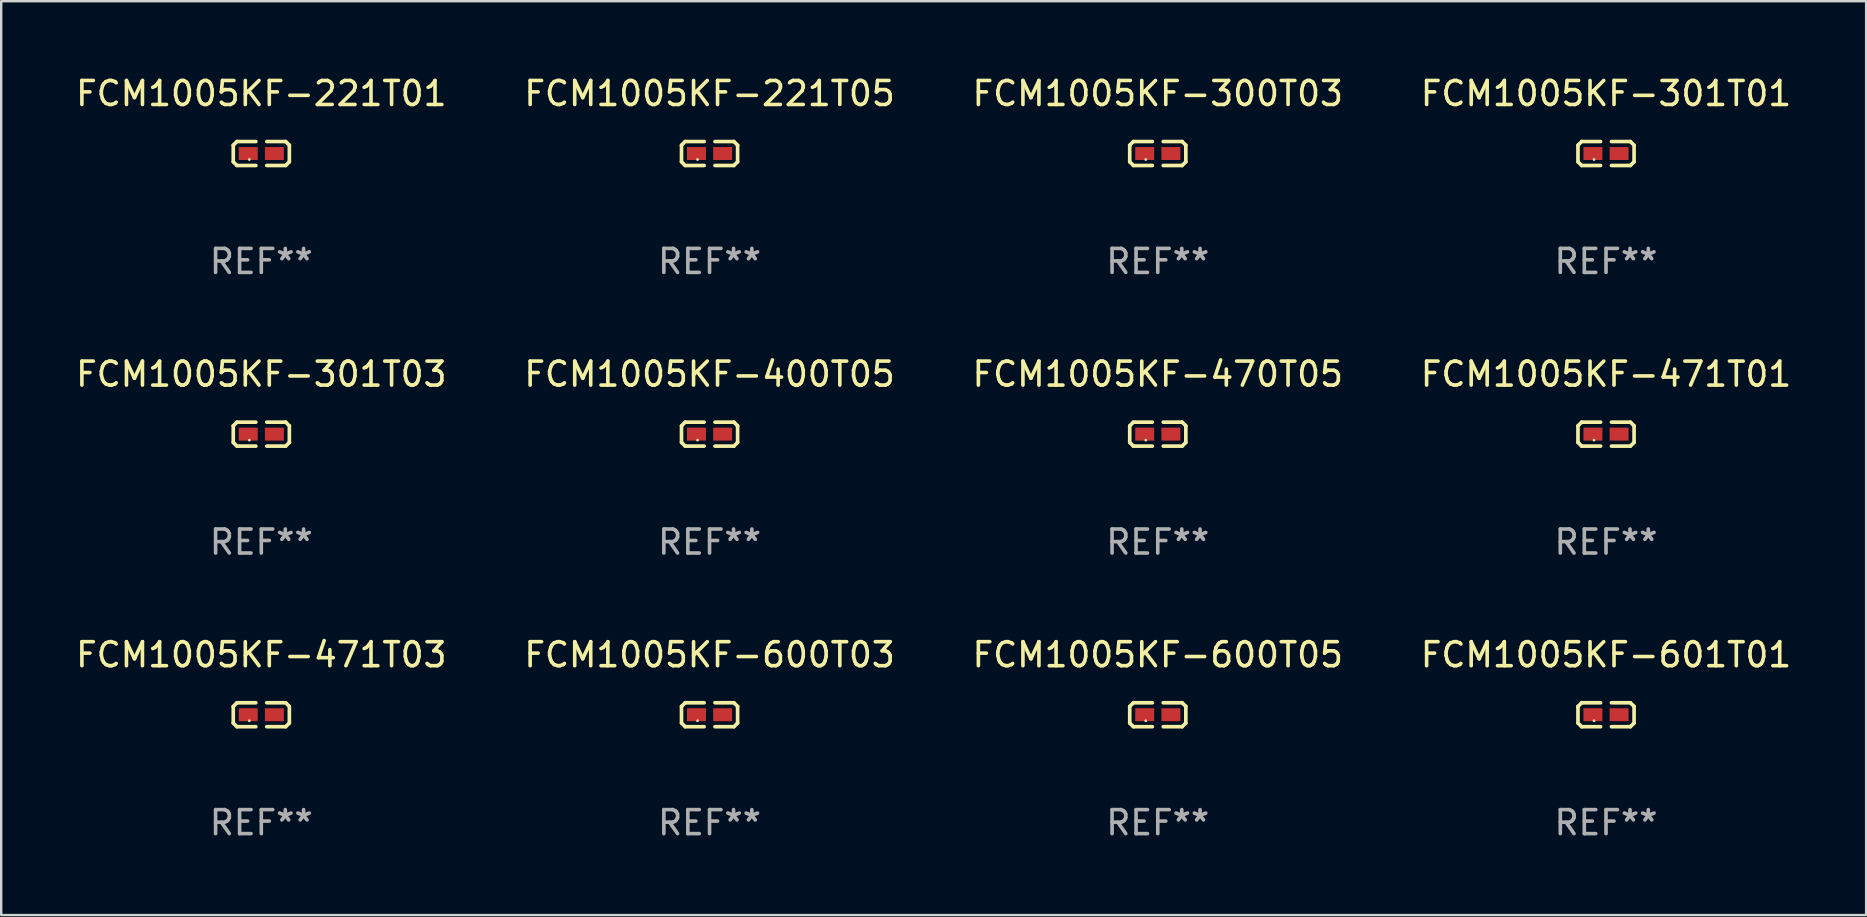
<source format=kicad_pcb>
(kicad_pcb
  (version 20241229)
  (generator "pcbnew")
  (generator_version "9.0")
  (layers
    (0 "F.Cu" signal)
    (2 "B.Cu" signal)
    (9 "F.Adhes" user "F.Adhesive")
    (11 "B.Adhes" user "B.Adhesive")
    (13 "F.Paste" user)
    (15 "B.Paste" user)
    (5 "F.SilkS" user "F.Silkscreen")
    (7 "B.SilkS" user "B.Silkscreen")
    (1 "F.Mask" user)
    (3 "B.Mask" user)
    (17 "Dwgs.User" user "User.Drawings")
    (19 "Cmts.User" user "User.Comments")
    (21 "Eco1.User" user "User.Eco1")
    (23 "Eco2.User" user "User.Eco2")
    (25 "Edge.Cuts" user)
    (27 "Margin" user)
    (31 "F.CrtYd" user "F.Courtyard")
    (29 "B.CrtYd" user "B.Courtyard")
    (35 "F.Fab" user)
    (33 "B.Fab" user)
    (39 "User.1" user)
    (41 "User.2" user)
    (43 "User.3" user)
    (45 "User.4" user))
  (footprint "FCM1005KF-301T03"
    (layer "F.Cu")
    (at 7.839 15.041)
    (property "Reference" "FCM1005KF-301T03" (at 0 -2.499 0) (layer "F.SilkS") (effects (font (size 1 1) (thickness 0.15))))
    (attr through_hole)
    (fp_line (start -1.169 -0.346) (end -1.016 -0.499) (stroke (width 0.152) (type solid)) (layer "F.SilkS"))
    (fp_line (start -1.169 0.346) (end -1.169 -0.346) (stroke (width 0.152) (type solid)) (layer "F.SilkS"))
    (fp_line (start -1.016 -0.499) (end -0.226 -0.499) (stroke (width 0.152) (type solid)) (layer "F.SilkS"))
    (fp_line (start -1.016 0.499) (end -1.169 0.346) (stroke (width 0.152) (type solid)) (layer "F.SilkS"))
    (fp_line (start -0.226 0.499) (end -1.016 0.499) (stroke (width 0.152) (type solid)) (layer "F.SilkS"))
    (fp_line (start 0.226 0.499) (end 1.016 0.499) (stroke (width 0.152) (type solid)) (layer "F.SilkS"))
    (fp_line (start 1.016 -0.499) (end 0.226 -0.499) (stroke (width 0.152) (type solid)) (layer "F.SilkS"))
    (fp_line (start 1.016 0.499) (end 1.169 0.346) (stroke (width 0.152) (type solid)) (layer "F.SilkS"))
    (fp_line (start 1.169 -0.346) (end 1.016 -0.499) (stroke (width 0.152) (type solid)) (layer "F.SilkS"))
    (fp_line (start 1.169 0.346) (end 1.169 -0.346) (stroke (width 0.152) (type solid)) (layer "F.SilkS"))
    (fp_circle (center -0.5 0.25) (end -0.47 0.25) (stroke (width 0.06) (type solid)) (fill no) (layer "F.SilkS"))
    (fp_text user "REF**" (at 0 4.499 0) (layer "F.Fab") (effects (font (size 1 1) (thickness 0.15))))
    (pad "1" smd rect (at -0.545 0) (size 0.79 0.54) (layers "F.Cu" "F.Mask" "F.Paste"))
    (pad "2" smd rect (at 0.545 0) (size 0.79 0.54) (layers "F.Cu" "F.Mask" "F.Paste")))
  (footprint "FCM1005KF-471T03"
    (layer "F.Cu")
    (at 7.839 26.734)
    (property "Reference" "FCM1005KF-471T03" (at 0 -2.499 0) (layer "F.SilkS") (effects (font (size 1 1) (thickness 0.15))))
    (attr through_hole)
    (fp_line (start -1.169 -0.346) (end -1.016 -0.499) (stroke (width 0.152) (type solid)) (layer "F.SilkS"))
    (fp_line (start -1.169 0.346) (end -1.169 -0.346) (stroke (width 0.152) (type solid)) (layer "F.SilkS"))
    (fp_line (start -1.016 -0.499) (end -0.226 -0.499) (stroke (width 0.152) (type solid)) (layer "F.SilkS"))
    (fp_line (start -1.016 0.499) (end -1.169 0.346) (stroke (width 0.152) (type solid)) (layer "F.SilkS"))
    (fp_line (start -0.226 0.499) (end -1.016 0.499) (stroke (width 0.152) (type solid)) (layer "F.SilkS"))
    (fp_line (start 0.226 0.499) (end 1.016 0.499) (stroke (width 0.152) (type solid)) (layer "F.SilkS"))
    (fp_line (start 1.016 -0.499) (end 0.226 -0.499) (stroke (width 0.152) (type solid)) (layer "F.SilkS"))
    (fp_line (start 1.016 0.499) (end 1.169 0.346) (stroke (width 0.152) (type solid)) (layer "F.SilkS"))
    (fp_line (start 1.169 -0.346) (end 1.016 -0.499) (stroke (width 0.152) (type solid)) (layer "F.SilkS"))
    (fp_line (start 1.169 0.346) (end 1.169 -0.346) (stroke (width 0.152) (type solid)) (layer "F.SilkS"))
    (fp_circle (center -0.5 0.25) (end -0.47 0.25) (stroke (width 0.06) (type solid)) (fill no) (layer "F.SilkS"))
    (fp_text user "REF**" (at 0 4.499 0) (layer "F.Fab") (effects (font (size 1 1) (thickness 0.15))))
    (pad "1" smd rect (at -0.545 0) (size 0.79 0.54) (layers "F.Cu" "F.Mask" "F.Paste"))
    (pad "2" smd rect (at 0.545 0) (size 0.79 0.54) (layers "F.Cu" "F.Mask" "F.Paste")))
  (footprint "FCM1005KF-470T05"
    (layer "F.Cu")
    (at 45.196 15.041)
    (property "Reference" "FCM1005KF-470T05" (at 0 -2.499 0) (layer "F.SilkS") (effects (font (size 1 1) (thickness 0.15))))
    (attr through_hole)
    (fp_line (start -1.169 -0.346) (end -1.016 -0.499) (stroke (width 0.152) (type solid)) (layer "F.SilkS"))
    (fp_line (start -1.169 0.346) (end -1.169 -0.346) (stroke (width 0.152) (type solid)) (layer "F.SilkS"))
    (fp_line (start -1.016 -0.499) (end -0.226 -0.499) (stroke (width 0.152) (type solid)) (layer "F.SilkS"))
    (fp_line (start -1.016 0.499) (end -1.169 0.346) (stroke (width 0.152) (type solid)) (layer "F.SilkS"))
    (fp_line (start -0.226 0.499) (end -1.016 0.499) (stroke (width 0.152) (type solid)) (layer "F.SilkS"))
    (fp_line (start 0.226 0.499) (end 1.016 0.499) (stroke (width 0.152) (type solid)) (layer "F.SilkS"))
    (fp_line (start 1.016 -0.499) (end 0.226 -0.499) (stroke (width 0.152) (type solid)) (layer "F.SilkS"))
    (fp_line (start 1.016 0.499) (end 1.169 0.346) (stroke (width 0.152) (type solid)) (layer "F.SilkS"))
    (fp_line (start 1.169 -0.346) (end 1.016 -0.499) (stroke (width 0.152) (type solid)) (layer "F.SilkS"))
    (fp_line (start 1.169 0.346) (end 1.169 -0.346) (stroke (width 0.152) (type solid)) (layer "F.SilkS"))
    (fp_circle (center -0.5 0.25) (end -0.47 0.25) (stroke (width 0.06) (type solid)) (fill no) (layer "F.SilkS"))
    (fp_text user "REF**" (at 0 4.499 0) (layer "F.Fab") (effects (font (size 1 1) (thickness 0.15))))
    (pad "1" smd rect (at -0.545 0) (size 0.79 0.54) (layers "F.Cu" "F.Mask" "F.Paste"))
    (pad "2" smd rect (at 0.545 0) (size 0.79 0.54) (layers "F.Cu" "F.Mask" "F.Paste")))
  (footprint "FCM1005KF-400T05"
    (layer "F.Cu")
    (at 26.518 15.041)
    (property "Reference" "FCM1005KF-400T05" (at 0 -2.499 0) (layer "F.SilkS") (effects (font (size 1 1) (thickness 0.15))))
    (attr through_hole)
    (fp_line (start -1.169 -0.346) (end -1.016 -0.499) (stroke (width 0.152) (type solid)) (layer "F.SilkS"))
    (fp_line (start -1.169 0.346) (end -1.169 -0.346) (stroke (width 0.152) (type solid)) (layer "F.SilkS"))
    (fp_line (start -1.016 -0.499) (end -0.226 -0.499) (stroke (width 0.152) (type solid)) (layer "F.SilkS"))
    (fp_line (start -1.016 0.499) (end -1.169 0.346) (stroke (width 0.152) (type solid)) (layer "F.SilkS"))
    (fp_line (start -0.226 0.499) (end -1.016 0.499) (stroke (width 0.152) (type solid)) (layer "F.SilkS"))
    (fp_line (start 0.226 0.499) (end 1.016 0.499) (stroke (width 0.152) (type solid)) (layer "F.SilkS"))
    (fp_line (start 1.016 -0.499) (end 0.226 -0.499) (stroke (width 0.152) (type solid)) (layer "F.SilkS"))
    (fp_line (start 1.016 0.499) (end 1.169 0.346) (stroke (width 0.152) (type solid)) (layer "F.SilkS"))
    (fp_line (start 1.169 -0.346) (end 1.016 -0.499) (stroke (width 0.152) (type solid)) (layer "F.SilkS"))
    (fp_line (start 1.169 0.346) (end 1.169 -0.346) (stroke (width 0.152) (type solid)) (layer "F.SilkS"))
    (fp_circle (center -0.5 0.25) (end -0.47 0.25) (stroke (width 0.06) (type solid)) (fill no) (layer "F.SilkS"))
    (fp_text user "REF**" (at 0 4.499 0) (layer "F.Fab") (effects (font (size 1 1) (thickness 0.15))))
    (pad "1" smd rect (at -0.545 0) (size 0.79 0.54) (layers "F.Cu" "F.Mask" "F.Paste"))
    (pad "2" smd rect (at 0.545 0) (size 0.79 0.54) (layers "F.Cu" "F.Mask" "F.Paste")))
  (footprint "FCM1005KF-600T03"
    (layer "F.Cu")
    (at 26.518 26.734)
    (property "Reference" "FCM1005KF-600T03" (at 0 -2.499 0) (layer "F.SilkS") (effects (font (size 1 1) (thickness 0.15))))
    (attr through_hole)
    (fp_line (start -1.169 -0.346) (end -1.016 -0.499) (stroke (width 0.152) (type solid)) (layer "F.SilkS"))
    (fp_line (start -1.169 0.346) (end -1.169 -0.346) (stroke (width 0.152) (type solid)) (layer "F.SilkS"))
    (fp_line (start -1.016 -0.499) (end -0.226 -0.499) (stroke (width 0.152) (type solid)) (layer "F.SilkS"))
    (fp_line (start -1.016 0.499) (end -1.169 0.346) (stroke (width 0.152) (type solid)) (layer "F.SilkS"))
    (fp_line (start -0.226 0.499) (end -1.016 0.499) (stroke (width 0.152) (type solid)) (layer "F.SilkS"))
    (fp_line (start 0.226 0.499) (end 1.016 0.499) (stroke (width 0.152) (type solid)) (layer "F.SilkS"))
    (fp_line (start 1.016 -0.499) (end 0.226 -0.499) (stroke (width 0.152) (type solid)) (layer "F.SilkS"))
    (fp_line (start 1.016 0.499) (end 1.169 0.346) (stroke (width 0.152) (type solid)) (layer "F.SilkS"))
    (fp_line (start 1.169 -0.346) (end 1.016 -0.499) (stroke (width 0.152) (type solid)) (layer "F.SilkS"))
    (fp_line (start 1.169 0.346) (end 1.169 -0.346) (stroke (width 0.152) (type solid)) (layer "F.SilkS"))
    (fp_circle (center -0.5 0.25) (end -0.47 0.25) (stroke (width 0.06) (type solid)) (fill no) (layer "F.SilkS"))
    (fp_text user "REF**" (at 0 4.499 0) (layer "F.Fab") (effects (font (size 1 1) (thickness 0.15))))
    (pad "1" smd rect (at -0.545 0) (size 0.79 0.54) (layers "F.Cu" "F.Mask" "F.Paste"))
    (pad "2" smd rect (at 0.545 0) (size 0.79 0.54) (layers "F.Cu" "F.Mask" "F.Paste")))
  (footprint "FCM1005KF-221T05"
    (layer "F.Cu")
    (at 26.518 3.347)
    (property "Reference" "FCM1005KF-221T05" (at 0 -2.499 0) (layer "F.SilkS") (effects (font (size 1 1) (thickness 0.15))))
    (attr through_hole)
    (fp_line (start -1.169 -0.346) (end -1.016 -0.499) (stroke (width 0.152) (type solid)) (layer "F.SilkS"))
    (fp_line (start -1.169 0.346) (end -1.169 -0.346) (stroke (width 0.152) (type solid)) (layer "F.SilkS"))
    (fp_line (start -1.016 -0.499) (end -0.226 -0.499) (stroke (width 0.152) (type solid)) (layer "F.SilkS"))
    (fp_line (start -1.016 0.499) (end -1.169 0.346) (stroke (width 0.152) (type solid)) (layer "F.SilkS"))
    (fp_line (start -0.226 0.499) (end -1.016 0.499) (stroke (width 0.152) (type solid)) (layer "F.SilkS"))
    (fp_line (start 0.226 0.499) (end 1.016 0.499) (stroke (width 0.152) (type solid)) (layer "F.SilkS"))
    (fp_line (start 1.016 -0.499) (end 0.226 -0.499) (stroke (width 0.152) (type solid)) (layer "F.SilkS"))
    (fp_line (start 1.016 0.499) (end 1.169 0.346) (stroke (width 0.152) (type solid)) (layer "F.SilkS"))
    (fp_line (start 1.169 -0.346) (end 1.016 -0.499) (stroke (width 0.152) (type solid)) (layer "F.SilkS"))
    (fp_line (start 1.169 0.346) (end 1.169 -0.346) (stroke (width 0.152) (type solid)) (layer "F.SilkS"))
    (fp_circle (center -0.5 0.25) (end -0.47 0.25) (stroke (width 0.06) (type solid)) (fill no) (layer "F.SilkS"))
    (fp_text user "REF**" (at 0 4.499 0) (layer "F.Fab") (effects (font (size 1 1) (thickness 0.15))))
    (pad "1" smd rect (at -0.545 0) (size 0.79 0.54) (layers "F.Cu" "F.Mask" "F.Paste"))
    (pad "2" smd rect (at 0.545 0) (size 0.79 0.54) (layers "F.Cu" "F.Mask" "F.Paste")))
  (footprint "FCM1005KF-221T01"
    (layer "F.Cu")
    (at 7.839 3.347)
    (property "Reference" "FCM1005KF-221T01" (at 0 -2.499 0) (layer "F.SilkS") (effects (font (size 1 1) (thickness 0.15))))
    (attr through_hole)
    (fp_line (start -1.169 -0.346) (end -1.016 -0.499) (stroke (width 0.152) (type solid)) (layer "F.SilkS"))
    (fp_line (start -1.169 0.346) (end -1.169 -0.346) (stroke (width 0.152) (type solid)) (layer "F.SilkS"))
    (fp_line (start -1.016 -0.499) (end -0.226 -0.499) (stroke (width 0.152) (type solid)) (layer "F.SilkS"))
    (fp_line (start -1.016 0.499) (end -1.169 0.346) (stroke (width 0.152) (type solid)) (layer "F.SilkS"))
    (fp_line (start -0.226 0.499) (end -1.016 0.499) (stroke (width 0.152) (type solid)) (layer "F.SilkS"))
    (fp_line (start 0.226 0.499) (end 1.016 0.499) (stroke (width 0.152) (type solid)) (layer "F.SilkS"))
    (fp_line (start 1.016 -0.499) (end 0.226 -0.499) (stroke (width 0.152) (type solid)) (layer "F.SilkS"))
    (fp_line (start 1.016 0.499) (end 1.169 0.346) (stroke (width 0.152) (type solid)) (layer "F.SilkS"))
    (fp_line (start 1.169 -0.346) (end 1.016 -0.499) (stroke (width 0.152) (type solid)) (layer "F.SilkS"))
    (fp_line (start 1.169 0.346) (end 1.169 -0.346) (stroke (width 0.152) (type solid)) (layer "F.SilkS"))
    (fp_circle (center -0.5 0.25) (end -0.47 0.25) (stroke (width 0.06) (type solid)) (fill no) (layer "F.SilkS"))
    (fp_text user "REF**" (at 0 4.499 0) (layer "F.Fab") (effects (font (size 1 1) (thickness 0.15))))
    (pad "1" smd rect (at -0.545 0) (size 0.79 0.54) (layers "F.Cu" "F.Mask" "F.Paste"))
    (pad "2" smd rect (at 0.545 0) (size 0.79 0.54) (layers "F.Cu" "F.Mask" "F.Paste")))
  (footprint "FCM1005KF-300T03"
    (layer "F.Cu")
    (at 45.196 3.347)
    (property "Reference" "FCM1005KF-300T03" (at 0 -2.499 0) (layer "F.SilkS") (effects (font (size 1 1) (thickness 0.15))))
    (attr through_hole)
    (fp_line (start -1.169 -0.346) (end -1.016 -0.499) (stroke (width 0.152) (type solid)) (layer "F.SilkS"))
    (fp_line (start -1.169 0.346) (end -1.169 -0.346) (stroke (width 0.152) (type solid)) (layer "F.SilkS"))
    (fp_line (start -1.016 -0.499) (end -0.226 -0.499) (stroke (width 0.152) (type solid)) (layer "F.SilkS"))
    (fp_line (start -1.016 0.499) (end -1.169 0.346) (stroke (width 0.152) (type solid)) (layer "F.SilkS"))
    (fp_line (start -0.226 0.499) (end -1.016 0.499) (stroke (width 0.152) (type solid)) (layer "F.SilkS"))
    (fp_line (start 0.226 0.499) (end 1.016 0.499) (stroke (width 0.152) (type solid)) (layer "F.SilkS"))
    (fp_line (start 1.016 -0.499) (end 0.226 -0.499) (stroke (width 0.152) (type solid)) (layer "F.SilkS"))
    (fp_line (start 1.016 0.499) (end 1.169 0.346) (stroke (width 0.152) (type solid)) (layer "F.SilkS"))
    (fp_line (start 1.169 -0.346) (end 1.016 -0.499) (stroke (width 0.152) (type solid)) (layer "F.SilkS"))
    (fp_line (start 1.169 0.346) (end 1.169 -0.346) (stroke (width 0.152) (type solid)) (layer "F.SilkS"))
    (fp_circle (center -0.5 0.25) (end -0.47 0.25) (stroke (width 0.06) (type solid)) (fill no) (layer "F.SilkS"))
    (fp_text user "REF**" (at 0 4.499 0) (layer "F.Fab") (effects (font (size 1 1) (thickness 0.15))))
    (pad "1" smd rect (at -0.545 0) (size 0.79 0.54) (layers "F.Cu" "F.Mask" "F.Paste"))
    (pad "2" smd rect (at 0.545 0) (size 0.79 0.54) (layers "F.Cu" "F.Mask" "F.Paste")))
  (footprint "FCM1005KF-601T01"
    (layer "F.Cu")
    (at 63.875 26.734)
    (property "Reference" "FCM1005KF-601T01" (at 0 -2.499 0) (layer "F.SilkS") (effects (font (size 1 1) (thickness 0.15))))
    (attr through_hole)
    (fp_line (start -1.169 -0.346) (end -1.016 -0.499) (stroke (width 0.152) (type solid)) (layer "F.SilkS"))
    (fp_line (start -1.169 0.346) (end -1.169 -0.346) (stroke (width 0.152) (type solid)) (layer "F.SilkS"))
    (fp_line (start -1.016 -0.499) (end -0.226 -0.499) (stroke (width 0.152) (type solid)) (layer "F.SilkS"))
    (fp_line (start -1.016 0.499) (end -1.169 0.346) (stroke (width 0.152) (type solid)) (layer "F.SilkS"))
    (fp_line (start -0.226 0.499) (end -1.016 0.499) (stroke (width 0.152) (type solid)) (layer "F.SilkS"))
    (fp_line (start 0.226 0.499) (end 1.016 0.499) (stroke (width 0.152) (type solid)) (layer "F.SilkS"))
    (fp_line (start 1.016 -0.499) (end 0.226 -0.499) (stroke (width 0.152) (type solid)) (layer "F.SilkS"))
    (fp_line (start 1.016 0.499) (end 1.169 0.346) (stroke (width 0.152) (type solid)) (layer "F.SilkS"))
    (fp_line (start 1.169 -0.346) (end 1.016 -0.499) (stroke (width 0.152) (type solid)) (layer "F.SilkS"))
    (fp_line (start 1.169 0.346) (end 1.169 -0.346) (stroke (width 0.152) (type solid)) (layer "F.SilkS"))
    (fp_circle (center -0.5 0.25) (end -0.47 0.25) (stroke (width 0.06) (type solid)) (fill no) (layer "F.SilkS"))
    (fp_text user "REF**" (at 0 4.499 0) (layer "F.Fab") (effects (font (size 1 1) (thickness 0.15))))
    (pad "1" smd rect (at -0.545 0) (size 0.79 0.54) (layers "F.Cu" "F.Mask" "F.Paste"))
    (pad "2" smd rect (at 0.545 0) (size 0.79 0.54) (layers "F.Cu" "F.Mask" "F.Paste")))
  (footprint "FCM1005KF-301T01"
    (layer "F.Cu")
    (at 63.875 3.347)
    (property "Reference" "FCM1005KF-301T01" (at 0 -2.499 0) (layer "F.SilkS") (effects (font (size 1 1) (thickness 0.15))))
    (attr through_hole)
    (fp_line (start -1.169 -0.346) (end -1.016 -0.499) (stroke (width 0.152) (type solid)) (layer "F.SilkS"))
    (fp_line (start -1.169 0.346) (end -1.169 -0.346) (stroke (width 0.152) (type solid)) (layer "F.SilkS"))
    (fp_line (start -1.016 -0.499) (end -0.226 -0.499) (stroke (width 0.152) (type solid)) (layer "F.SilkS"))
    (fp_line (start -1.016 0.499) (end -1.169 0.346) (stroke (width 0.152) (type solid)) (layer "F.SilkS"))
    (fp_line (start -0.226 0.499) (end -1.016 0.499) (stroke (width 0.152) (type solid)) (layer "F.SilkS"))
    (fp_line (start 0.226 0.499) (end 1.016 0.499) (stroke (width 0.152) (type solid)) (layer "F.SilkS"))
    (fp_line (start 1.016 -0.499) (end 0.226 -0.499) (stroke (width 0.152) (type solid)) (layer "F.SilkS"))
    (fp_line (start 1.016 0.499) (end 1.169 0.346) (stroke (width 0.152) (type solid)) (layer "F.SilkS"))
    (fp_line (start 1.169 -0.346) (end 1.016 -0.499) (stroke (width 0.152) (type solid)) (layer "F.SilkS"))
    (fp_line (start 1.169 0.346) (end 1.169 -0.346) (stroke (width 0.152) (type solid)) (layer "F.SilkS"))
    (fp_circle (center -0.5 0.25) (end -0.47 0.25) (stroke (width 0.06) (type solid)) (fill no) (layer "F.SilkS"))
    (fp_text user "REF**" (at 0 4.499 0) (layer "F.Fab") (effects (font (size 1 1) (thickness 0.15))))
    (pad "1" smd rect (at -0.545 0) (size 0.79 0.54) (layers "F.Cu" "F.Mask" "F.Paste"))
    (pad "2" smd rect (at 0.545 0) (size 0.79 0.54) (layers "F.Cu" "F.Mask" "F.Paste")))
  (footprint "FCM1005KF-600T05"
    (layer "F.Cu")
    (at 45.196 26.734)
    (property "Reference" "FCM1005KF-600T05" (at 0 -2.499 0) (layer "F.SilkS") (effects (font (size 1 1) (thickness 0.15))))
    (attr through_hole)
    (fp_line (start -1.169 -0.346) (end -1.016 -0.499) (stroke (width 0.152) (type solid)) (layer "F.SilkS"))
    (fp_line (start -1.169 0.346) (end -1.169 -0.346) (stroke (width 0.152) (type solid)) (layer "F.SilkS"))
    (fp_line (start -1.016 -0.499) (end -0.226 -0.499) (stroke (width 0.152) (type solid)) (layer "F.SilkS"))
    (fp_line (start -1.016 0.499) (end -1.169 0.346) (stroke (width 0.152) (type solid)) (layer "F.SilkS"))
    (fp_line (start -0.226 0.499) (end -1.016 0.499) (stroke (width 0.152) (type solid)) (layer "F.SilkS"))
    (fp_line (start 0.226 0.499) (end 1.016 0.499) (stroke (width 0.152) (type solid)) (layer "F.SilkS"))
    (fp_line (start 1.016 -0.499) (end 0.226 -0.499) (stroke (width 0.152) (type solid)) (layer "F.SilkS"))
    (fp_line (start 1.016 0.499) (end 1.169 0.346) (stroke (width 0.152) (type solid)) (layer "F.SilkS"))
    (fp_line (start 1.169 -0.346) (end 1.016 -0.499) (stroke (width 0.152) (type solid)) (layer "F.SilkS"))
    (fp_line (start 1.169 0.346) (end 1.169 -0.346) (stroke (width 0.152) (type solid)) (layer "F.SilkS"))
    (fp_circle (center -0.5 0.25) (end -0.47 0.25) (stroke (width 0.06) (type solid)) (fill no) (layer "F.SilkS"))
    (fp_text user "REF**" (at 0 4.499 0) (layer "F.Fab") (effects (font (size 1 1) (thickness 0.15))))
    (pad "1" smd rect (at -0.545 0) (size 0.79 0.54) (layers "F.Cu" "F.Mask" "F.Paste"))
    (pad "2" smd rect (at 0.545 0) (size 0.79 0.54) (layers "F.Cu" "F.Mask" "F.Paste")))
  (footprint "FCM1005KF-471T01"
    (layer "F.Cu")
    (at 63.875 15.041)
    (property "Reference" "FCM1005KF-471T01" (at 0 -2.499 0) (layer "F.SilkS") (effects (font (size 1 1) (thickness 0.15))))
    (attr through_hole)
    (fp_line (start -1.169 -0.346) (end -1.016 -0.499) (stroke (width 0.152) (type solid)) (layer "F.SilkS"))
    (fp_line (start -1.169 0.346) (end -1.169 -0.346) (stroke (width 0.152) (type solid)) (layer "F.SilkS"))
    (fp_line (start -1.016 -0.499) (end -0.226 -0.499) (stroke (width 0.152) (type solid)) (layer "F.SilkS"))
    (fp_line (start -1.016 0.499) (end -1.169 0.346) (stroke (width 0.152) (type solid)) (layer "F.SilkS"))
    (fp_line (start -0.226 0.499) (end -1.016 0.499) (stroke (width 0.152) (type solid)) (layer "F.SilkS"))
    (fp_line (start 0.226 0.499) (end 1.016 0.499) (stroke (width 0.152) (type solid)) (layer "F.SilkS"))
    (fp_line (start 1.016 -0.499) (end 0.226 -0.499) (stroke (width 0.152) (type solid)) (layer "F.SilkS"))
    (fp_line (start 1.016 0.499) (end 1.169 0.346) (stroke (width 0.152) (type solid)) (layer "F.SilkS"))
    (fp_line (start 1.169 -0.346) (end 1.016 -0.499) (stroke (width 0.152) (type solid)) (layer "F.SilkS"))
    (fp_line (start 1.169 0.346) (end 1.169 -0.346) (stroke (width 0.152) (type solid)) (layer "F.SilkS"))
    (fp_circle (center -0.5 0.25) (end -0.47 0.25) (stroke (width 0.06) (type solid)) (fill no) (layer "F.SilkS"))
    (fp_text user "REF**" (at 0 4.499 0) (layer "F.Fab") (effects (font (size 1 1) (thickness 0.15))))
    (pad "1" smd rect (at -0.545 0) (size 0.79 0.54) (layers "F.Cu" "F.Mask" "F.Paste"))
    (pad "2" smd rect (at 0.545 0) (size 0.79 0.54) (layers "F.Cu" "F.Mask" "F.Paste")))
  (gr_rect
    (start -3 -3)
    (end 74.714 35.081)
    (stroke (width 0.1) (type default))
    (fill no)
    (layer "Edge.Cuts")))
</source>
